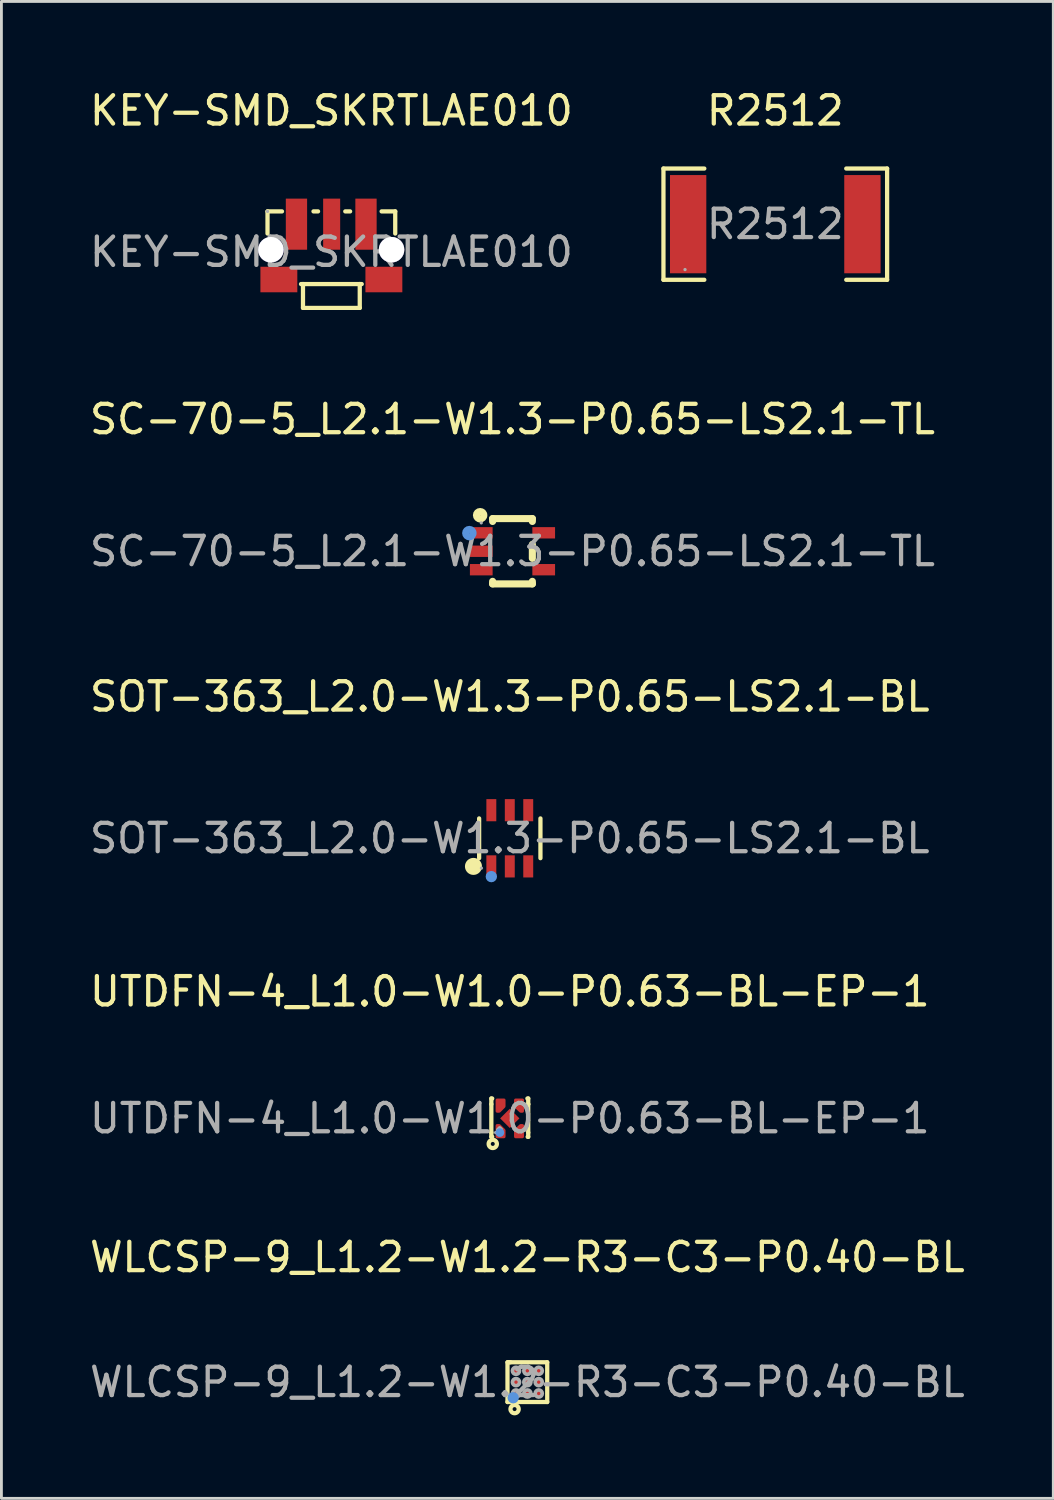
<source format=kicad_pcb>
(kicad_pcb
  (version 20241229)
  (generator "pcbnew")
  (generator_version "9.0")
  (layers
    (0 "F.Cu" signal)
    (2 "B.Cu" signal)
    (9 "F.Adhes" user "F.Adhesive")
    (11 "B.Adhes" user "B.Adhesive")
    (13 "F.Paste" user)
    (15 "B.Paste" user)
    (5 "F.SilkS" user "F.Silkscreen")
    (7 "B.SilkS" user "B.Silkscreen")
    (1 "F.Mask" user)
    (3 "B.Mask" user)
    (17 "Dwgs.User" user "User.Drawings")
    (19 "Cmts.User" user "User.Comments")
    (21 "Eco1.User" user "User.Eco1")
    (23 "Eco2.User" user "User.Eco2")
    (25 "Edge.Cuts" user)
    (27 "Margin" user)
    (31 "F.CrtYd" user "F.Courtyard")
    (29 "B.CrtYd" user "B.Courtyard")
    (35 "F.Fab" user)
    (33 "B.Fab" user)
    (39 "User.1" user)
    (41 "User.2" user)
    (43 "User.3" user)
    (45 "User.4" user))
  (footprint "SC-70-5_L2.1-W1.3-P0.65-LS2.1-TL"
    (layer "F.Cu")
    (at 15.006 16.372)
    (property "Reference" "SC-70-5_L2.1-W1.3-P0.65-LS2.1-TL" (at 0 -4.65 0) (layer "F.SilkS") (effects (font (size 1 1) (thickness 0.15))))
    (attr smd)
    (fp_line (start -0.7 -1.15) (end -0.7 -1.05) (stroke (width 0.25) (type solid)) (layer "F.SilkS"))
    (fp_line (start -0.7 1.06) (end -0.7 1.15) (stroke (width 0.25) (type solid)) (layer "F.SilkS"))
    (fp_line (start 0.7 -1.15) (end -0.7 -1.15) (stroke (width 0.25) (type solid)) (layer "F.SilkS"))
    (fp_line (start 0.7 -1.15) (end 0.7 -1.05) (stroke (width 0.25) (type solid)) (layer "F.SilkS"))
    (fp_line (start 0.7 -0.24) (end 0.7 0.25) (stroke (width 0.25) (type solid)) (layer "F.SilkS"))
    (fp_line (start 0.7 1.06) (end 0.7 1.15) (stroke (width 0.25) (type solid)) (layer "F.SilkS"))
    (fp_line (start 0.7 1.15) (end -0.7 1.15) (stroke (width 0.25) (type solid)) (layer "F.SilkS"))
    (fp_circle (center -1.14 -1.27) (end -1.01 -1.27) (stroke (width 0.25) (type solid)) (fill no) (layer "F.SilkS"))
    (fp_circle (center -1.52 -0.64) (end -1.39 -0.64) (stroke (width 0.25) (type solid)) (fill no) (layer "Cmts.User"))
    (fp_circle (center -1.1 -1) (end -1.07 -1) (stroke (width 0.06) (type solid)) (fill no) (layer "F.Fab"))
    (fp_text user "${REFERENCE}" (at 0 0 0) (layer "F.Fab") (effects (font (size 1 1) (thickness 0.15))))
    (pad "1" smd rect (at -1.1 -0.65 270) (size 0.4 0.8) (layers "F.Cu" "F.Mask" "F.Paste"))
    (pad "2" smd rect (at -1.1 0 270) (size 0.4 0.8) (layers "F.Cu" "F.Mask" "F.Paste"))
    (pad "3" smd rect (at -1.1 0.65 270) (size 0.4 0.8) (layers "F.Cu" "F.Mask" "F.Paste"))
    (pad "4" smd rect (at 1.1 0.65 270) (size 0.4 0.8) (layers "F.Cu" "F.Mask" "F.Paste"))
    (pad "5" smd rect (at 1.1 -0.65 270) (size 0.4 0.8) (layers "F.Cu" "F.Mask" "F.Paste")))
  (footprint "WLCSP-9_L1.2-W1.2-R3-C3-P0.40-BL"
    (layer "F.Cu")
    (at 15.53 45.646)
    (property "Reference" "WLCSP-9_L1.2-W1.2-R3-C3-P0.40-BL" (at 0 -4.4 0) (layer "F.SilkS") (effects (font (size 1 1) (thickness 0.15))))
    (attr smd)
    (fp_line (start -0.7 -0.7) (end -0.6 -0.7) (stroke (width 0.15) (type solid)) (layer "F.SilkS"))
    (fp_line (start -0.7 0.7) (end -0.7 -0.7) (stroke (width 0.15) (type solid)) (layer "F.SilkS"))
    (fp_line (start -0.65 -0.7) (end 0.7 -0.7) (stroke (width 0.15) (type solid)) (layer "F.SilkS"))
    (fp_line (start 0.7 -0.7) (end 0.7 0.7) (stroke (width 0.15) (type solid)) (layer "F.SilkS"))
    (fp_line (start 0.7 0.7) (end -0.7 0.7) (stroke (width 0.15) (type solid)) (layer "F.SilkS"))
    (fp_circle (center -0.45 0.95) (end -0.38 0.95) (stroke (width 0.15) (type solid)) (fill no) (layer "F.SilkS"))
    (fp_circle (center -0.5 0.55) (end -0.4 0.55) (stroke (width 0.2) (type solid)) (fill no) (layer "Cmts.User"))
    (fp_circle (center -0.6 0.6) (end -0.57 0.6) (stroke (width 0.06) (type solid)) (fill no) (layer "F.Fab"))
    (fp_circle (center -0.4 -0.4) (end -0.34 -0.4) (stroke (width 0.13) (type solid)) (fill no) (layer "F.Fab"))
    (fp_circle (center -0.4 0) (end -0.34 0) (stroke (width 0.13) (type solid)) (fill no) (layer "F.Fab"))
    (fp_circle (center -0.4 0.4) (end -0.34 0.4) (stroke (width 0.13) (type solid)) (fill no) (layer "F.Fab"))
    (fp_circle (center 0 -0.4) (end 0.06 -0.4) (stroke (width 0.13) (type solid)) (fill no) (layer "F.Fab"))
    (fp_circle (center 0 0) (end 0.06 0) (stroke (width 0.13) (type solid)) (fill no) (layer "F.Fab"))
    (fp_circle (center 0 0.4) (end 0.06 0.4) (stroke (width 0.13) (type solid)) (fill no) (layer "F.Fab"))
    (fp_circle (center 0.4 -0.4) (end 0.46 -0.4) (stroke (width 0.13) (type solid)) (fill no) (layer "F.Fab"))
    (fp_circle (center 0.4 0) (end 0.46 0) (stroke (width 0.13) (type solid)) (fill no) (layer "F.Fab"))
    (fp_circle (center 0.4 0.4) (end 0.46 0.4) (stroke (width 0.13) (type solid)) (fill no) (layer "F.Fab"))
    (fp_text user "${REFERENCE}" (at 0 0 0) (layer "F.Fab") (effects (font (size 1 1) (thickness 0.15))))
    (pad "A1" smd circle (at -0.4 0.4 90) (size 0.21 0.21) (layers "F.Cu" "F.Mask" "F.Paste"))
    (pad "A2" smd circle (at -0.4 0 90) (size 0.21 0.21) (layers "F.Cu" "F.Mask" "F.Paste"))
    (pad "A3" smd circle (at -0.4 -0.4 90) (size 0.21 0.21) (layers "F.Cu" "F.Mask" "F.Paste"))
    (pad "B1" smd circle (at 0 0.4 90) (size 0.21 0.21) (layers "F.Cu" "F.Mask" "F.Paste"))
    (pad "B2" smd circle (at 0 0 90) (size 0.21 0.21) (layers "F.Cu" "F.Mask" "F.Paste"))
    (pad "B3" smd circle (at 0 -0.4 90) (size 0.21 0.21) (layers "F.Cu" "F.Mask" "F.Paste"))
    (pad "C1" smd circle (at 0.4 0.4 90) (size 0.21 0.21) (layers "F.Cu" "F.Mask" "F.Paste"))
    (pad "C2" smd circle (at 0.4 0 90) (size 0.21 0.21) (layers "F.Cu" "F.Mask" "F.Paste"))
    (pad "C3" smd circle (at 0.4 -0.4 90) (size 0.21 0.21) (layers "F.Cu" "F.Mask" "F.Paste")))
  (footprint "UTDFN-4_L1.0-W1.0-P0.63-BL-EP-1"
    (layer "F.Cu")
    (at 14.911 36.353)
    (property "Reference" "UTDFN-4_L1.0-W1.0-P0.63-BL-EP-1" (at 0 -4.47 0) (layer "F.SilkS") (effects (font (size 1 1) (thickness 0.15))))
    (attr smd)
    (fp_line (start -0.65 -0.7) (end -0.62 -0.7) (stroke (width 0.15) (type solid)) (layer "F.SilkS"))
    (fp_line (start -0.65 -0.5) (end -0.65 -0.7) (stroke (width 0.15) (type solid)) (layer "F.SilkS"))
    (fp_line (start -0.65 -0.5) (end -0.65 0.5) (stroke (width 0.15) (type solid)) (layer "F.SilkS"))
    (fp_line (start -0.65 0.65) (end -0.65 0.5) (stroke (width 0.15) (type solid)) (layer "F.SilkS"))
    (fp_line (start -0.62 0.65) (end -0.65 0.65) (stroke (width 0.15) (type solid)) (layer "F.SilkS"))
    (fp_line (start 0.62 -0.7) (end 0.65 -0.7) (stroke (width 0.15) (type solid)) (layer "F.SilkS"))
    (fp_line (start 0.65 -0.7) (end 0.65 -0.5) (stroke (width 0.15) (type solid)) (layer "F.SilkS"))
    (fp_line (start 0.65 -0.5) (end 0.65 -0.5) (stroke (width 0.15) (type solid)) (layer "F.SilkS"))
    (fp_line (start 0.65 -0.5) (end 0.65 0.5) (stroke (width 0.15) (type solid)) (layer "F.SilkS"))
    (fp_line (start 0.65 0.5) (end 0.65 0.65) (stroke (width 0.15) (type solid)) (layer "F.SilkS"))
    (fp_line (start 0.65 0.65) (end 0.63 0.65) (stroke (width 0.15) (type solid)) (layer "F.SilkS"))
    (fp_circle (center -0.6 0.9) (end -0.53 0.9) (stroke (width 0.15) (type solid)) (fill no) (layer "F.SilkS"))
    (fp_circle (center -0.35 0.5) (end -0.27 0.5) (stroke (width 0.15) (type solid)) (fill no) (layer "Cmts.User"))
    (fp_circle (center -0.5 0.5) (end -0.47 0.5) (stroke (width 0.06) (type solid)) (fill no) (layer "F.Fab"))
    (fp_text user "${REFERENCE}" (at 0 0 0) (layer "F.Fab") (effects (font (size 1 1) (thickness 0.15))))
    (pad "1" smd custom (at -0.32 0.47) (size 0.01 0.01) (layers "F.Cu" "F.Mask" "F.Paste") (options (anchor circle)) (primitives (gr_poly (pts (xy -0.13 -0.22) (xy -0.05 -0.22) (xy 0.12 -0.05) (xy 0.12 0.18) (xy -0.13 0.18)) (width 0.1) (fill yes))))
    (pad "2" smd custom (at 0.32 0.47) (size 0.01 0.01) (layers "F.Cu" "F.Mask" "F.Paste") (options (anchor circle)) (primitives (gr_poly (pts (xy 0.13 -0.22) (xy 0.06 -0.22) (xy -0.12 -0.05) (xy -0.12 0.18) (xy 0.13 0.18)) (width 0.1) (fill yes))))
    (pad "3" smd custom (at 0.32 -0.47) (size 0.01 0.01) (layers "F.Cu" "F.Mask" "F.Paste") (options (anchor circle)) (primitives (gr_poly (pts (xy 0.13 0.22) (xy 0.06 0.22) (xy -0.12 0.05) (xy -0.12 -0.18) (xy 0.13 -0.18)) (width 0.1) (fill yes))))
    (pad "4" smd custom (at -0.32 -0.47) (size 0.01 0.01) (layers "F.Cu" "F.Mask" "F.Paste") (options (anchor circle)) (primitives (gr_poly (pts (xy -0.13 0.22) (xy -0.05 0.22) (xy 0.12 0.05) (xy 0.12 -0.18) (xy -0.13 -0.18)) (width 0.1) (fill yes))))
    (pad "5" smd rect (at 0 0 45) (size 0.48 0.48) (layers "F.Cu" "F.Mask" "F.Paste")))
  (footprint "R2512"
    (layer "F.Cu")
    (at 24.265 4.848)
    (property "Reference" "R2512" (at 0 -4 0) (layer "F.SilkS") (effects (font (size 1 1) (thickness 0.15))))
    (attr smd)
    (fp_line (start -3.94 -1.96) (end -2.5 -1.96) (stroke (width 0.15) (type solid)) (layer "F.SilkS"))
    (fp_line (start -3.94 1.96) (end -3.94 -1.96) (stroke (width 0.15) (type solid)) (layer "F.SilkS"))
    (fp_line (start -2.5 1.96) (end -3.94 1.96) (stroke (width 0.15) (type solid)) (layer "F.SilkS"))
    (fp_line (start 2.5 1.96) (end 3.94 1.96) (stroke (width 0.15) (type solid)) (layer "F.SilkS"))
    (fp_line (start 3.94 -1.96) (end 2.5 -1.96) (stroke (width 0.15) (type solid)) (layer "F.SilkS"))
    (fp_line (start 3.94 1.96) (end 3.94 -1.96) (stroke (width 0.15) (type solid)) (layer "F.SilkS"))
    (fp_circle (center -3.18 1.6) (end -3.15 1.6) (stroke (width 0.06) (type solid)) (fill no) (layer "F.Fab"))
    (fp_text user "${REFERENCE}" (at 0 0 0) (layer "F.Fab") (effects (font (size 1 1) (thickness 0.15))))
    (pad "1" smd rect (at -3.07 0) (size 1.28 3.46) (layers "F.Cu" "F.Mask" "F.Paste"))
    (pad "2" smd rect (at 3.07 0) (size 1.28 3.46) (layers "F.Cu" "F.Mask" "F.Paste")))
  (footprint "KEY-SMD_SKRTLAE010"
    (layer "F.Cu")
    (at 8.625 5.828)
    (property "Reference" "KEY-SMD_SKRTLAE010" (at 0 -4.98 0) (layer "F.SilkS") (effects (font (size 1 1) (thickness 0.15))))
    (attr smd)
    (fp_line (start -2.25 -1.43) (end -2.25 -0.65) (stroke (width 0.15) (type solid)) (layer "F.SilkS"))
    (fp_line (start -1.74 -1.43) (end -2.25 -1.43) (stroke (width 0.15) (type solid)) (layer "F.SilkS"))
    (fp_line (start -1 1.13) (end -1.07 1.13) (stroke (width 0.15) (type solid)) (layer "F.SilkS"))
    (fp_line (start -1 1.13) (end 1 1.13) (stroke (width 0.15) (type solid)) (layer "F.SilkS"))
    (fp_line (start -1 1.97) (end -1 1.13) (stroke (width 0.15) (type solid)) (layer "F.SilkS"))
    (fp_line (start -0.47 -1.43) (end -0.63 -1.43) (stroke (width 0.15) (type solid)) (layer "F.SilkS"))
    (fp_line (start 0.66 -1.43) (end 0.49 -1.43) (stroke (width 0.15) (type solid)) (layer "F.SilkS"))
    (fp_line (start 1 1.13) (end 1 1.97) (stroke (width 0.15) (type solid)) (layer "F.SilkS"))
    (fp_line (start 1 1.97) (end -1 1.97) (stroke (width 0.15) (type solid)) (layer "F.SilkS"))
    (fp_line (start 1.07 1.13) (end 1 1.13) (stroke (width 0.15) (type solid)) (layer "F.SilkS"))
    (fp_line (start 2.25 -1.43) (end 1.77 -1.43) (stroke (width 0.15) (type solid)) (layer "F.SilkS"))
    (fp_line (start 2.25 -1.43) (end 2.25 -0.65) (stroke (width 0.15) (type solid)) (layer "F.SilkS"))
    (fp_circle (center -2.25 -1.43) (end -2.22 -1.43) (stroke (width 0.06) (type solid)) (fill no) (layer "F.Fab"))
    (fp_text user "${REFERENCE}" (at 0 0 0) (layer "F.Fab") (effects (font (size 1 1) (thickness 0.15))))
    (pad "" thru_hole circle (at -2.13 -0.08) (size 0.9 0.9) (drill 0.9) (layers "*.Cu" "*.Mask"))
    (pad "" thru_hole circle (at 2.12 -0.08) (size 0.9 0.9) (drill 0.9) (layers "*.Cu" "*.Mask"))
    (pad "1" smd rect (at -1.23 -0.98) (size 0.75 1.8) (layers "F.Cu" "F.Mask" "F.Paste"))
    (pad "2" smd rect (at 0.01 -0.98) (size 0.6 1.8) (layers "F.Cu" "F.Mask" "F.Paste"))
    (pad "3" smd rect (at 1.22 -0.98) (size 0.75 1.8) (layers "F.Cu" "F.Mask" "F.Paste"))
    (pad "4" smd rect (at -1.85 0.97 90) (size 0.9 1.3) (layers "F.Cu" "F.Mask" "F.Paste"))
    (pad "5" smd rect (at 1.85 0.97 90) (size 0.9 1.3) (layers "F.Cu" "F.Mask" "F.Paste")))
  (footprint "SOT-363_L2.0-W1.3-P0.65-LS2.1-BL"
    (layer "F.Cu")
    (at 14.911 26.485)
    (property "Reference" "SOT-363_L2.0-W1.3-P0.65-LS2.1-BL" (at 0 -4.99 0) (layer "F.SilkS") (effects (font (size 1 1) (thickness 0.15))))
    (attr smd)
    (fp_line (start -1.08 0.7) (end -1.08 -0.7) (stroke (width 0.15) (type solid)) (layer "F.SilkS"))
    (fp_line (start 1.08 0.7) (end 1.08 -0.7) (stroke (width 0.15) (type solid)) (layer "F.SilkS"))
    (fp_circle (center -1.28 0.99) (end -1.13 0.99) (stroke (width 0.3) (type solid)) (fill no) (layer "F.SilkS"))
    (fp_circle (center -0.65 1.35) (end -0.55 1.35) (stroke (width 0.2) (type solid)) (fill no) (layer "Cmts.User"))
    (fp_circle (center -1 1.05) (end -0.97 1.05) (stroke (width 0.06) (type solid)) (fill no) (layer "F.Fab"))
    (fp_text user "${REFERENCE}" (at 0 0 0) (layer "F.Fab") (effects (font (size 1 1) (thickness 0.15))))
    (pad "1" smd rect (at -0.65 0.99) (size 0.35 0.78) (layers "F.Cu" "F.Mask" "F.Paste"))
    (pad "2" smd rect (at 0 0.99) (size 0.35 0.78) (layers "F.Cu" "F.Mask" "F.Paste"))
    (pad "3" smd rect (at 0.65 0.99) (size 0.35 0.78) (layers "F.Cu" "F.Mask" "F.Paste"))
    (pad "4" smd rect (at 0.65 -0.99) (size 0.35 0.78) (layers "F.Cu" "F.Mask" "F.Paste"))
    (pad "5" smd rect (at 0 -0.99) (size 0.35 0.78) (layers "F.Cu" "F.Mask" "F.Paste"))
    (pad "6" smd rect (at -0.65 -0.99) (size 0.35 0.78) (layers "F.Cu" "F.Mask" "F.Paste")))
  (gr_rect
    (start -3 -3)
    (end 34.06 49.741)
    (stroke (width 0.1) (type default))
    (fill no)
    (layer "Edge.Cuts")))
</source>
